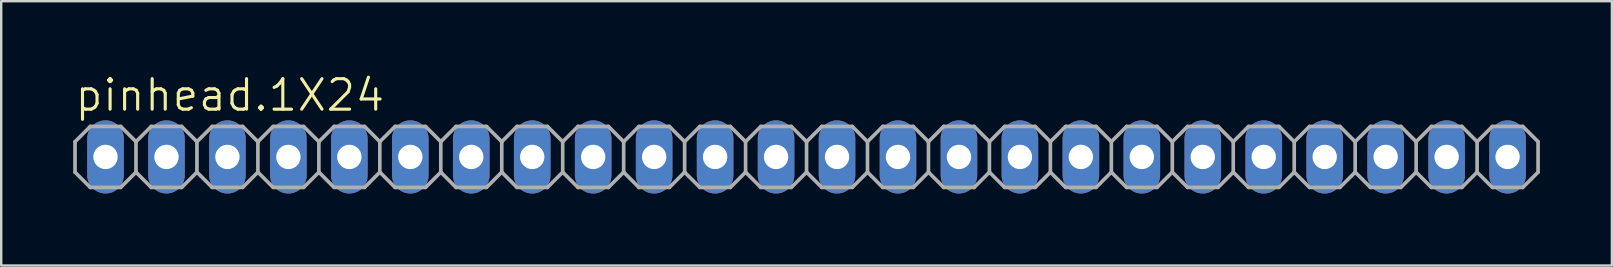
<source format=kicad_pcb>
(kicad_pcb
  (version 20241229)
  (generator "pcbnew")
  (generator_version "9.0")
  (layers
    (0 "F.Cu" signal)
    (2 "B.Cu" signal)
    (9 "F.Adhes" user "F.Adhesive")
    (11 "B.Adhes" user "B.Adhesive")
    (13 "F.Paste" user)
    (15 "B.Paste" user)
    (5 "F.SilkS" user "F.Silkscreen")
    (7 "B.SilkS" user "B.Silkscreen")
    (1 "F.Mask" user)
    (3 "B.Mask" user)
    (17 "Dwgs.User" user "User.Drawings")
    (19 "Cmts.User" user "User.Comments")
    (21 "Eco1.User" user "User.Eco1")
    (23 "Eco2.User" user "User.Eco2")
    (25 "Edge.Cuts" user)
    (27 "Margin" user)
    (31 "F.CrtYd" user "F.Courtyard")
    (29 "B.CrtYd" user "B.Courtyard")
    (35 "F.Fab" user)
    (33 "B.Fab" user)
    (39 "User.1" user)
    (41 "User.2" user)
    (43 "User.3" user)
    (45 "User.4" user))
  (footprint "pinhead.1X24"
    (layer "F.Cu")
    (at 30.556 3.489)
    (property "Reference" "pinhead.1X24" (at -30.556 -1.829 0) (layer "F.SilkS") (effects (font (size 1.27 1.27) (thickness 0.13)) (justify left bottom)))
    (attr through_hole)
    (fp_line (start -30.48 -0.635) (end -30.48 0.635) (stroke (width 0.152) (type default)) (layer "F.Fab"))
    (fp_line (start -30.48 0.635) (end -29.845 1.27) (stroke (width 0.152) (type default)) (layer "F.Fab"))
    (fp_line (start -29.845 -1.27) (end -30.48 -0.635) (stroke (width 0.152) (type default)) (layer "F.Fab"))
    (fp_line (start -29.845 -1.27) (end -28.575 -1.27) (stroke (width 0.152) (type default)) (layer "F.Fab"))
    (fp_line (start -28.575 -1.27) (end -27.94 -0.635) (stroke (width 0.152) (type default)) (layer "F.Fab"))
    (fp_line (start -28.575 1.27) (end -29.845 1.27) (stroke (width 0.152) (type default)) (layer "F.Fab"))
    (fp_line (start -27.94 -0.635) (end -27.94 0.635) (stroke (width 0.152) (type default)) (layer "F.Fab"))
    (fp_line (start -27.94 -0.635) (end -27.305 -1.27) (stroke (width 0.152) (type default)) (layer "F.Fab"))
    (fp_line (start -27.94 0.635) (end -28.575 1.27) (stroke (width 0.152) (type default)) (layer "F.Fab"))
    (fp_line (start -27.305 -1.27) (end -26.035 -1.27) (stroke (width 0.152) (type default)) (layer "F.Fab"))
    (fp_line (start -27.305 1.27) (end -27.94 0.635) (stroke (width 0.152) (type default)) (layer "F.Fab"))
    (fp_line (start -26.035 -1.27) (end -25.4 -0.635) (stroke (width 0.152) (type default)) (layer "F.Fab"))
    (fp_line (start -26.035 1.27) (end -27.305 1.27) (stroke (width 0.152) (type default)) (layer "F.Fab"))
    (fp_line (start -25.4 -0.635) (end -25.4 0.635) (stroke (width 0.152) (type default)) (layer "F.Fab"))
    (fp_line (start -25.4 -0.635) (end -24.765 -1.27) (stroke (width 0.152) (type default)) (layer "F.Fab"))
    (fp_line (start -25.4 0.635) (end -26.035 1.27) (stroke (width 0.152) (type default)) (layer "F.Fab"))
    (fp_line (start -24.765 -1.27) (end -23.495 -1.27) (stroke (width 0.152) (type default)) (layer "F.Fab"))
    (fp_line (start -24.765 1.27) (end -25.4 0.635) (stroke (width 0.152) (type default)) (layer "F.Fab"))
    (fp_line (start -23.495 -1.27) (end -22.86 -0.635) (stroke (width 0.152) (type default)) (layer "F.Fab"))
    (fp_line (start -23.495 1.27) (end -24.765 1.27) (stroke (width 0.152) (type default)) (layer "F.Fab"))
    (fp_line (start -22.86 -0.635) (end -22.86 0.635) (stroke (width 0.152) (type default)) (layer "F.Fab"))
    (fp_line (start -22.86 0.635) (end -23.495 1.27) (stroke (width 0.152) (type default)) (layer "F.Fab"))
    (fp_line (start -22.86 0.635) (end -22.225 1.27) (stroke (width 0.152) (type default)) (layer "F.Fab"))
    (fp_line (start -22.225 -1.27) (end -22.86 -0.635) (stroke (width 0.152) (type default)) (layer "F.Fab"))
    (fp_line (start -22.225 -1.27) (end -20.955 -1.27) (stroke (width 0.152) (type default)) (layer "F.Fab"))
    (fp_line (start -20.955 -1.27) (end -20.32 -0.635) (stroke (width 0.152) (type default)) (layer "F.Fab"))
    (fp_line (start -20.955 1.27) (end -22.225 1.27) (stroke (width 0.152) (type default)) (layer "F.Fab"))
    (fp_line (start -20.32 -0.635) (end -20.32 0.635) (stroke (width 0.152) (type default)) (layer "F.Fab"))
    (fp_line (start -20.32 -0.635) (end -19.685 -1.27) (stroke (width 0.152) (type default)) (layer "F.Fab"))
    (fp_line (start -20.32 0.635) (end -20.955 1.27) (stroke (width 0.152) (type default)) (layer "F.Fab"))
    (fp_line (start -19.685 -1.27) (end -18.415 -1.27) (stroke (width 0.152) (type default)) (layer "F.Fab"))
    (fp_line (start -19.685 1.27) (end -20.32 0.635) (stroke (width 0.152) (type default)) (layer "F.Fab"))
    (fp_line (start -18.415 -1.27) (end -17.78 -0.635) (stroke (width 0.152) (type default)) (layer "F.Fab"))
    (fp_line (start -18.415 1.27) (end -19.685 1.27) (stroke (width 0.152) (type default)) (layer "F.Fab"))
    (fp_line (start -17.78 -0.635) (end -17.78 0.635) (stroke (width 0.152) (type default)) (layer "F.Fab"))
    (fp_line (start -17.78 -0.635) (end -17.145 -1.27) (stroke (width 0.152) (type default)) (layer "F.Fab"))
    (fp_line (start -17.78 0.635) (end -18.415 1.27) (stroke (width 0.152) (type default)) (layer "F.Fab"))
    (fp_line (start -17.145 -1.27) (end -15.875 -1.27) (stroke (width 0.152) (type default)) (layer "F.Fab"))
    (fp_line (start -17.145 1.27) (end -17.78 0.635) (stroke (width 0.152) (type default)) (layer "F.Fab"))
    (fp_line (start -15.875 -1.27) (end -15.24 -0.635) (stroke (width 0.152) (type default)) (layer "F.Fab"))
    (fp_line (start -15.875 1.27) (end -17.145 1.27) (stroke (width 0.152) (type default)) (layer "F.Fab"))
    (fp_line (start -15.24 -0.635) (end -15.24 0.635) (stroke (width 0.152) (type default)) (layer "F.Fab"))
    (fp_line (start -15.24 0.635) (end -15.875 1.27) (stroke (width 0.152) (type default)) (layer "F.Fab"))
    (fp_line (start -15.24 0.635) (end -14.605 1.27) (stroke (width 0.152) (type default)) (layer "F.Fab"))
    (fp_line (start -14.605 -1.27) (end -15.24 -0.635) (stroke (width 0.152) (type default)) (layer "F.Fab"))
    (fp_line (start -14.605 -1.27) (end -13.335 -1.27) (stroke (width 0.152) (type default)) (layer "F.Fab"))
    (fp_line (start -13.335 -1.27) (end -12.7 -0.635) (stroke (width 0.152) (type default)) (layer "F.Fab"))
    (fp_line (start -13.335 1.27) (end -14.605 1.27) (stroke (width 0.152) (type default)) (layer "F.Fab"))
    (fp_line (start -12.7 -0.635) (end -12.7 0.635) (stroke (width 0.152) (type default)) (layer "F.Fab"))
    (fp_line (start -12.7 -0.635) (end -12.065 -1.27) (stroke (width 0.152) (type default)) (layer "F.Fab"))
    (fp_line (start -12.7 0.635) (end -13.335 1.27) (stroke (width 0.152) (type default)) (layer "F.Fab"))
    (fp_line (start -12.065 -1.27) (end -10.795 -1.27) (stroke (width 0.152) (type default)) (layer "F.Fab"))
    (fp_line (start -12.065 1.27) (end -12.7 0.635) (stroke (width 0.152) (type default)) (layer "F.Fab"))
    (fp_line (start -10.795 -1.27) (end -10.16 -0.635) (stroke (width 0.152) (type default)) (layer "F.Fab"))
    (fp_line (start -10.795 1.27) (end -12.065 1.27) (stroke (width 0.152) (type default)) (layer "F.Fab"))
    (fp_line (start -10.16 -0.635) (end -10.16 0.635) (stroke (width 0.152) (type default)) (layer "F.Fab"))
    (fp_line (start -10.16 -0.635) (end -9.525 -1.27) (stroke (width 0.152) (type default)) (layer "F.Fab"))
    (fp_line (start -10.16 0.635) (end -10.795 1.27) (stroke (width 0.152) (type default)) (layer "F.Fab"))
    (fp_line (start -9.525 -1.27) (end -8.255 -1.27) (stroke (width 0.152) (type default)) (layer "F.Fab"))
    (fp_line (start -9.525 1.27) (end -10.16 0.635) (stroke (width 0.152) (type default)) (layer "F.Fab"))
    (fp_line (start -8.255 -1.27) (end -7.62 -0.635) (stroke (width 0.152) (type default)) (layer "F.Fab"))
    (fp_line (start -8.255 1.27) (end -9.525 1.27) (stroke (width 0.152) (type default)) (layer "F.Fab"))
    (fp_line (start -7.62 -0.635) (end -7.62 0.635) (stroke (width 0.152) (type default)) (layer "F.Fab"))
    (fp_line (start -7.62 0.635) (end -8.255 1.27) (stroke (width 0.152) (type default)) (layer "F.Fab"))
    (fp_line (start -7.62 0.635) (end -6.985 1.27) (stroke (width 0.152) (type default)) (layer "F.Fab"))
    (fp_line (start -6.985 -1.27) (end -7.62 -0.635) (stroke (width 0.152) (type default)) (layer "F.Fab"))
    (fp_line (start -6.985 -1.27) (end -5.715 -1.27) (stroke (width 0.152) (type default)) (layer "F.Fab"))
    (fp_line (start -5.715 -1.27) (end -5.08 -0.635) (stroke (width 0.152) (type default)) (layer "F.Fab"))
    (fp_line (start -5.715 1.27) (end -6.985 1.27) (stroke (width 0.152) (type default)) (layer "F.Fab"))
    (fp_line (start -5.08 -0.635) (end -5.08 0.635) (stroke (width 0.152) (type default)) (layer "F.Fab"))
    (fp_line (start -5.08 -0.635) (end -4.445 -1.27) (stroke (width 0.152) (type default)) (layer "F.Fab"))
    (fp_line (start -5.08 0.635) (end -5.715 1.27) (stroke (width 0.152) (type default)) (layer "F.Fab"))
    (fp_line (start -4.445 -1.27) (end -3.175 -1.27) (stroke (width 0.152) (type default)) (layer "F.Fab"))
    (fp_line (start -4.445 1.27) (end -5.08 0.635) (stroke (width 0.152) (type default)) (layer "F.Fab"))
    (fp_line (start -3.175 -1.27) (end -2.54 -0.635) (stroke (width 0.152) (type default)) (layer "F.Fab"))
    (fp_line (start -3.175 1.27) (end -4.445 1.27) (stroke (width 0.152) (type default)) (layer "F.Fab"))
    (fp_line (start -2.54 -0.635) (end -2.54 0.635) (stroke (width 0.152) (type default)) (layer "F.Fab"))
    (fp_line (start -2.54 -0.635) (end -1.905 -1.27) (stroke (width 0.152) (type default)) (layer "F.Fab"))
    (fp_line (start -2.54 0.635) (end -3.175 1.27) (stroke (width 0.152) (type default)) (layer "F.Fab"))
    (fp_line (start -1.905 -1.27) (end -0.635 -1.27) (stroke (width 0.152) (type default)) (layer "F.Fab"))
    (fp_line (start -1.905 1.27) (end -2.54 0.635) (stroke (width 0.152) (type default)) (layer "F.Fab"))
    (fp_line (start -0.635 -1.27) (end 0 -0.635) (stroke (width 0.152) (type default)) (layer "F.Fab"))
    (fp_line (start -0.635 1.27) (end -1.905 1.27) (stroke (width 0.152) (type default)) (layer "F.Fab"))
    (fp_line (start 0 -0.635) (end 0 0.635) (stroke (width 0.152) (type default)) (layer "F.Fab"))
    (fp_line (start 0 0.635) (end -0.635 1.27) (stroke (width 0.152) (type default)) (layer "F.Fab"))
    (fp_line (start 0 0.635) (end 0.635 1.27) (stroke (width 0.152) (type default)) (layer "F.Fab"))
    (fp_line (start 0.635 -1.27) (end 0 -0.635) (stroke (width 0.152) (type default)) (layer "F.Fab"))
    (fp_line (start 0.635 -1.27) (end 1.905 -1.27) (stroke (width 0.152) (type default)) (layer "F.Fab"))
    (fp_line (start 1.905 -1.27) (end 2.54 -0.635) (stroke (width 0.152) (type default)) (layer "F.Fab"))
    (fp_line (start 1.905 1.27) (end 0.635 1.27) (stroke (width 0.152) (type default)) (layer "F.Fab"))
    (fp_line (start 2.54 -0.635) (end 2.54 0.635) (stroke (width 0.152) (type default)) (layer "F.Fab"))
    (fp_line (start 2.54 -0.635) (end 3.175 -1.27) (stroke (width 0.152) (type default)) (layer "F.Fab"))
    (fp_line (start 2.54 0.635) (end 1.905 1.27) (stroke (width 0.152) (type default)) (layer "F.Fab"))
    (fp_line (start 3.175 -1.27) (end 4.445 -1.27) (stroke (width 0.152) (type default)) (layer "F.Fab"))
    (fp_line (start 3.175 1.27) (end 2.54 0.635) (stroke (width 0.152) (type default)) (layer "F.Fab"))
    (fp_line (start 4.445 -1.27) (end 5.08 -0.635) (stroke (width 0.152) (type default)) (layer "F.Fab"))
    (fp_line (start 4.445 1.27) (end 3.175 1.27) (stroke (width 0.152) (type default)) (layer "F.Fab"))
    (fp_line (start 5.08 -0.635) (end 5.08 0.635) (stroke (width 0.152) (type default)) (layer "F.Fab"))
    (fp_line (start 5.08 -0.635) (end 5.715 -1.27) (stroke (width 0.152) (type default)) (layer "F.Fab"))
    (fp_line (start 5.08 0.635) (end 4.445 1.27) (stroke (width 0.152) (type default)) (layer "F.Fab"))
    (fp_line (start 5.715 -1.27) (end 6.985 -1.27) (stroke (width 0.152) (type default)) (layer "F.Fab"))
    (fp_line (start 5.715 1.27) (end 5.08 0.635) (stroke (width 0.152) (type default)) (layer "F.Fab"))
    (fp_line (start 6.985 -1.27) (end 7.62 -0.635) (stroke (width 0.152) (type default)) (layer "F.Fab"))
    (fp_line (start 6.985 1.27) (end 5.715 1.27) (stroke (width 0.152) (type default)) (layer "F.Fab"))
    (fp_line (start 7.62 -0.635) (end 7.62 0.635) (stroke (width 0.152) (type default)) (layer "F.Fab"))
    (fp_line (start 7.62 0.635) (end 6.985 1.27) (stroke (width 0.152) (type default)) (layer "F.Fab"))
    (fp_line (start 7.62 0.635) (end 8.255 1.27) (stroke (width 0.152) (type default)) (layer "F.Fab"))
    (fp_line (start 8.255 -1.27) (end 7.62 -0.635) (stroke (width 0.152) (type default)) (layer "F.Fab"))
    (fp_line (start 8.255 -1.27) (end 9.525 -1.27) (stroke (width 0.152) (type default)) (layer "F.Fab"))
    (fp_line (start 9.525 -1.27) (end 10.16 -0.635) (stroke (width 0.152) (type default)) (layer "F.Fab"))
    (fp_line (start 9.525 1.27) (end 8.255 1.27) (stroke (width 0.152) (type default)) (layer "F.Fab"))
    (fp_line (start 10.16 -0.635) (end 10.16 0.635) (stroke (width 0.152) (type default)) (layer "F.Fab"))
    (fp_line (start 10.16 -0.635) (end 10.795 -1.27) (stroke (width 0.152) (type default)) (layer "F.Fab"))
    (fp_line (start 10.16 0.635) (end 9.525 1.27) (stroke (width 0.152) (type default)) (layer "F.Fab"))
    (fp_line (start 10.795 -1.27) (end 12.065 -1.27) (stroke (width 0.152) (type default)) (layer "F.Fab"))
    (fp_line (start 10.795 1.27) (end 10.16 0.635) (stroke (width 0.152) (type default)) (layer "F.Fab"))
    (fp_line (start 12.065 -1.27) (end 12.7 -0.635) (stroke (width 0.152) (type default)) (layer "F.Fab"))
    (fp_line (start 12.065 1.27) (end 10.795 1.27) (stroke (width 0.152) (type default)) (layer "F.Fab"))
    (fp_line (start 12.7 -0.635) (end 12.7 0.635) (stroke (width 0.152) (type default)) (layer "F.Fab"))
    (fp_line (start 12.7 -0.635) (end 13.335 -1.27) (stroke (width 0.152) (type default)) (layer "F.Fab"))
    (fp_line (start 12.7 0.635) (end 12.065 1.27) (stroke (width 0.152) (type default)) (layer "F.Fab"))
    (fp_line (start 13.335 -1.27) (end 14.605 -1.27) (stroke (width 0.152) (type default)) (layer "F.Fab"))
    (fp_line (start 13.335 1.27) (end 12.7 0.635) (stroke (width 0.152) (type default)) (layer "F.Fab"))
    (fp_line (start 14.605 -1.27) (end 15.24 -0.635) (stroke (width 0.152) (type default)) (layer "F.Fab"))
    (fp_line (start 14.605 1.27) (end 13.335 1.27) (stroke (width 0.152) (type default)) (layer "F.Fab"))
    (fp_line (start 15.24 -0.635) (end 15.24 0.635) (stroke (width 0.152) (type default)) (layer "F.Fab"))
    (fp_line (start 15.24 0.635) (end 14.605 1.27) (stroke (width 0.152) (type default)) (layer "F.Fab"))
    (fp_line (start 15.24 0.635) (end 15.875 1.27) (stroke (width 0.152) (type default)) (layer "F.Fab"))
    (fp_line (start 15.875 -1.27) (end 15.24 -0.635) (stroke (width 0.152) (type default)) (layer "F.Fab"))
    (fp_line (start 15.875 -1.27) (end 17.145 -1.27) (stroke (width 0.152) (type default)) (layer "F.Fab"))
    (fp_line (start 17.145 -1.27) (end 17.78 -0.635) (stroke (width 0.152) (type default)) (layer "F.Fab"))
    (fp_line (start 17.145 1.27) (end 15.875 1.27) (stroke (width 0.152) (type default)) (layer "F.Fab"))
    (fp_line (start 17.78 -0.635) (end 17.78 0.635) (stroke (width 0.152) (type default)) (layer "F.Fab"))
    (fp_line (start 17.78 0.635) (end 17.145 1.27) (stroke (width 0.152) (type default)) (layer "F.Fab"))
    (fp_line (start 17.78 0.635) (end 18.415 1.27) (stroke (width 0.152) (type default)) (layer "F.Fab"))
    (fp_line (start 18.415 -1.27) (end 17.78 -0.635) (stroke (width 0.152) (type default)) (layer "F.Fab"))
    (fp_line (start 18.415 -1.27) (end 19.685 -1.27) (stroke (width 0.152) (type default)) (layer "F.Fab"))
    (fp_line (start 19.685 -1.27) (end 20.32 -0.635) (stroke (width 0.152) (type default)) (layer "F.Fab"))
    (fp_line (start 19.685 1.27) (end 18.415 1.27) (stroke (width 0.152) (type default)) (layer "F.Fab"))
    (fp_line (start 20.32 -0.635) (end 20.32 0.635) (stroke (width 0.152) (type default)) (layer "F.Fab"))
    (fp_line (start 20.32 0.635) (end 19.685 1.27) (stroke (width 0.152) (type default)) (layer "F.Fab"))
    (fp_line (start 20.32 0.635) (end 20.955 1.27) (stroke (width 0.152) (type default)) (layer "F.Fab"))
    (fp_line (start 20.955 -1.27) (end 20.32 -0.635) (stroke (width 0.152) (type default)) (layer "F.Fab"))
    (fp_line (start 20.955 -1.27) (end 22.225 -1.27) (stroke (width 0.152) (type default)) (layer "F.Fab"))
    (fp_line (start 22.225 -1.27) (end 22.86 -0.635) (stroke (width 0.152) (type default)) (layer "F.Fab"))
    (fp_line (start 22.225 1.27) (end 20.955 1.27) (stroke (width 0.152) (type default)) (layer "F.Fab"))
    (fp_line (start 22.86 -0.635) (end 22.86 0.635) (stroke (width 0.152) (type default)) (layer "F.Fab"))
    (fp_line (start 22.86 0.635) (end 22.225 1.27) (stroke (width 0.152) (type default)) (layer "F.Fab"))
    (fp_line (start 22.86 0.635) (end 23.495 1.27) (stroke (width 0.152) (type default)) (layer "F.Fab"))
    (fp_line (start 23.495 -1.27) (end 22.86 -0.635) (stroke (width 0.152) (type default)) (layer "F.Fab"))
    (fp_line (start 23.495 -1.27) (end 24.765 -1.27) (stroke (width 0.152) (type default)) (layer "F.Fab"))
    (fp_line (start 24.765 -1.27) (end 25.4 -0.635) (stroke (width 0.152) (type default)) (layer "F.Fab"))
    (fp_line (start 24.765 1.27) (end 23.495 1.27) (stroke (width 0.152) (type default)) (layer "F.Fab"))
    (fp_line (start 25.4 -0.635) (end 25.4 0.635) (stroke (width 0.152) (type default)) (layer "F.Fab"))
    (fp_line (start 25.4 0.635) (end 24.765 1.27) (stroke (width 0.152) (type default)) (layer "F.Fab"))
    (fp_line (start 25.4 0.635) (end 26.035 1.27) (stroke (width 0.152) (type default)) (layer "F.Fab"))
    (fp_line (start 26.035 -1.27) (end 25.4 -0.635) (stroke (width 0.152) (type default)) (layer "F.Fab"))
    (fp_line (start 26.035 -1.27) (end 27.305 -1.27) (stroke (width 0.152) (type default)) (layer "F.Fab"))
    (fp_line (start 27.305 -1.27) (end 27.94 -0.635) (stroke (width 0.152) (type default)) (layer "F.Fab"))
    (fp_line (start 27.305 1.27) (end 26.035 1.27) (stroke (width 0.152) (type default)) (layer "F.Fab"))
    (fp_line (start 27.94 -0.635) (end 27.94 0.635) (stroke (width 0.152) (type default)) (layer "F.Fab"))
    (fp_line (start 27.94 0.635) (end 27.305 1.27) (stroke (width 0.152) (type default)) (layer "F.Fab"))
    (fp_line (start 27.94 0.635) (end 28.575 1.27) (stroke (width 0.152) (type default)) (layer "F.Fab"))
    (fp_line (start 28.575 -1.27) (end 27.94 -0.635) (stroke (width 0.152) (type default)) (layer "F.Fab"))
    (fp_line (start 28.575 -1.27) (end 29.845 -1.27) (stroke (width 0.152) (type default)) (layer "F.Fab"))
    (fp_line (start 29.845 -1.27) (end 30.48 -0.635) (stroke (width 0.152) (type default)) (layer "F.Fab"))
    (fp_line (start 29.845 1.27) (end 28.575 1.27) (stroke (width 0.152) (type default)) (layer "F.Fab"))
    (fp_line (start 30.48 -0.635) (end 30.48 0.635) (stroke (width 0.152) (type default)) (layer "F.Fab"))
    (fp_line (start 30.48 0.635) (end 29.845 1.27) (stroke (width 0.152) (type default)) (layer "F.Fab"))
    (fp_rect (start -29.464 0.254) (end -28.956 -0.254) (stroke (width 0.05) (type default)) (fill no) (layer "F.Fab"))
    (fp_rect (start -26.924 0.254) (end -26.416 -0.254) (stroke (width 0.05) (type default)) (fill no) (layer "F.Fab"))
    (fp_rect (start -24.384 0.254) (end -23.876 -0.254) (stroke (width 0.05) (type default)) (fill no) (layer "F.Fab"))
    (fp_rect (start -21.844 0.254) (end -21.336 -0.254) (stroke (width 0.05) (type default)) (fill no) (layer "F.Fab"))
    (fp_rect (start -19.304 0.254) (end -18.796 -0.254) (stroke (width 0.05) (type default)) (fill no) (layer "F.Fab"))
    (fp_rect (start -16.764 0.254) (end -16.256 -0.254) (stroke (width 0.05) (type default)) (fill no) (layer "F.Fab"))
    (fp_rect (start -14.224 0.254) (end -13.716 -0.254) (stroke (width 0.05) (type default)) (fill no) (layer "F.Fab"))
    (fp_rect (start -11.684 0.254) (end -11.176 -0.254) (stroke (width 0.05) (type default)) (fill no) (layer "F.Fab"))
    (fp_rect (start -9.144 0.254) (end -8.636 -0.254) (stroke (width 0.05) (type default)) (fill no) (layer "F.Fab"))
    (fp_rect (start -6.604 0.254) (end -6.096 -0.254) (stroke (width 0.05) (type default)) (fill no) (layer "F.Fab"))
    (fp_rect (start -4.064 0.254) (end -3.556 -0.254) (stroke (width 0.05) (type default)) (fill no) (layer "F.Fab"))
    (fp_rect (start -1.524 0.254) (end -1.016 -0.254) (stroke (width 0.05) (type default)) (fill no) (layer "F.Fab"))
    (fp_rect (start 1.016 0.254) (end 1.524 -0.254) (stroke (width 0.05) (type default)) (fill no) (layer "F.Fab"))
    (fp_rect (start 3.556 0.254) (end 4.064 -0.254) (stroke (width 0.05) (type default)) (fill no) (layer "F.Fab"))
    (fp_rect (start 6.096 0.254) (end 6.604 -0.254) (stroke (width 0.05) (type default)) (fill no) (layer "F.Fab"))
    (fp_rect (start 8.636 0.254) (end 9.144 -0.254) (stroke (width 0.05) (type default)) (fill no) (layer "F.Fab"))
    (fp_rect (start 11.176 0.254) (end 11.684 -0.254) (stroke (width 0.05) (type default)) (fill no) (layer "F.Fab"))
    (fp_rect (start 13.716 0.254) (end 14.224 -0.254) (stroke (width 0.05) (type default)) (fill no) (layer "F.Fab"))
    (fp_rect (start 16.256 0.254) (end 16.764 -0.254) (stroke (width 0.05) (type default)) (fill no) (layer "F.Fab"))
    (fp_rect (start 18.796 0.254) (end 19.304 -0.254) (stroke (width 0.05) (type default)) (fill no) (layer "F.Fab"))
    (fp_rect (start 21.336 0.254) (end 21.844 -0.254) (stroke (width 0.05) (type default)) (fill no) (layer "F.Fab"))
    (fp_rect (start 23.876 0.254) (end 24.384 -0.254) (stroke (width 0.05) (type default)) (fill no) (layer "F.Fab"))
    (fp_rect (start 26.416 0.254) (end 26.924 -0.254) (stroke (width 0.05) (type default)) (fill no) (layer "F.Fab"))
    (fp_rect (start 28.956 0.254) (end 29.464 -0.254) (stroke (width 0.05) (type default)) (fill no) (layer "F.Fab"))
    (pad "1" thru_hole oval (at -29.21 0 90) (size 3.048 1.524) (drill 1.016) (layers "*.Cu" "*.Mask"))
    (pad "2" thru_hole oval (at -26.67 0 90) (size 3.048 1.524) (drill 1.016) (layers "*.Cu" "*.Mask"))
    (pad "3" thru_hole oval (at -24.13 0 90) (size 3.048 1.524) (drill 1.016) (layers "*.Cu" "*.Mask"))
    (pad "4" thru_hole oval (at -21.59 0 90) (size 3.048 1.524) (drill 1.016) (layers "*.Cu" "*.Mask"))
    (pad "5" thru_hole oval (at -19.05 0 90) (size 3.048 1.524) (drill 1.016) (layers "*.Cu" "*.Mask"))
    (pad "6" thru_hole oval (at -16.51 0 90) (size 3.048 1.524) (drill 1.016) (layers "*.Cu" "*.Mask"))
    (pad "7" thru_hole oval (at -13.97 0 90) (size 3.048 1.524) (drill 1.016) (layers "*.Cu" "*.Mask"))
    (pad "8" thru_hole oval (at -11.43 0 90) (size 3.048 1.524) (drill 1.016) (layers "*.Cu" "*.Mask"))
    (pad "9" thru_hole oval (at -8.89 0 90) (size 3.048 1.524) (drill 1.016) (layers "*.Cu" "*.Mask"))
    (pad "10" thru_hole oval (at -6.35 0 90) (size 3.048 1.524) (drill 1.016) (layers "*.Cu" "*.Mask"))
    (pad "11" thru_hole oval (at -3.81 0 90) (size 3.048 1.524) (drill 1.016) (layers "*.Cu" "*.Mask"))
    (pad "12" thru_hole oval (at -1.27 0 90) (size 3.048 1.524) (drill 1.016) (layers "*.Cu" "*.Mask"))
    (pad "13" thru_hole oval (at 1.27 0 90) (size 3.048 1.524) (drill 1.016) (layers "*.Cu" "*.Mask"))
    (pad "14" thru_hole oval (at 3.81 0 90) (size 3.048 1.524) (drill 1.016) (layers "*.Cu" "*.Mask"))
    (pad "15" thru_hole oval (at 6.35 0 90) (size 3.048 1.524) (drill 1.016) (layers "*.Cu" "*.Mask"))
    (pad "16" thru_hole oval (at 8.89 0 90) (size 3.048 1.524) (drill 1.016) (layers "*.Cu" "*.Mask"))
    (pad "17" thru_hole oval (at 11.43 0 90) (size 3.048 1.524) (drill 1.016) (layers "*.Cu" "*.Mask"))
    (pad "18" thru_hole oval (at 13.97 0 90) (size 3.048 1.524) (drill 1.016) (layers "*.Cu" "*.Mask"))
    (pad "19" thru_hole oval (at 16.51 0 90) (size 3.048 1.524) (drill 1.016) (layers "*.Cu" "*.Mask"))
    (pad "20" thru_hole oval (at 19.05 0 90) (size 3.048 1.524) (drill 1.016) (layers "*.Cu" "*.Mask"))
    (pad "21" thru_hole oval (at 21.59 0 90) (size 3.048 1.524) (drill 1.016) (layers "*.Cu" "*.Mask"))
    (pad "22" thru_hole oval (at 24.13 0 90) (size 3.048 1.524) (drill 1.016) (layers "*.Cu" "*.Mask"))
    (pad "23" thru_hole oval (at 26.67 0 90) (size 3.048 1.524) (drill 1.016) (layers "*.Cu" "*.Mask"))
    (pad "24" thru_hole oval (at 29.21 0 90) (size 3.048 1.524) (drill 1.016) (layers "*.Cu" "*.Mask")))
  (gr_rect
    (start -3 -3)
    (end 64.112 8.013)
    (stroke (width 0.1) (type default))
    (fill no)
    (layer "Edge.Cuts")))
</source>
